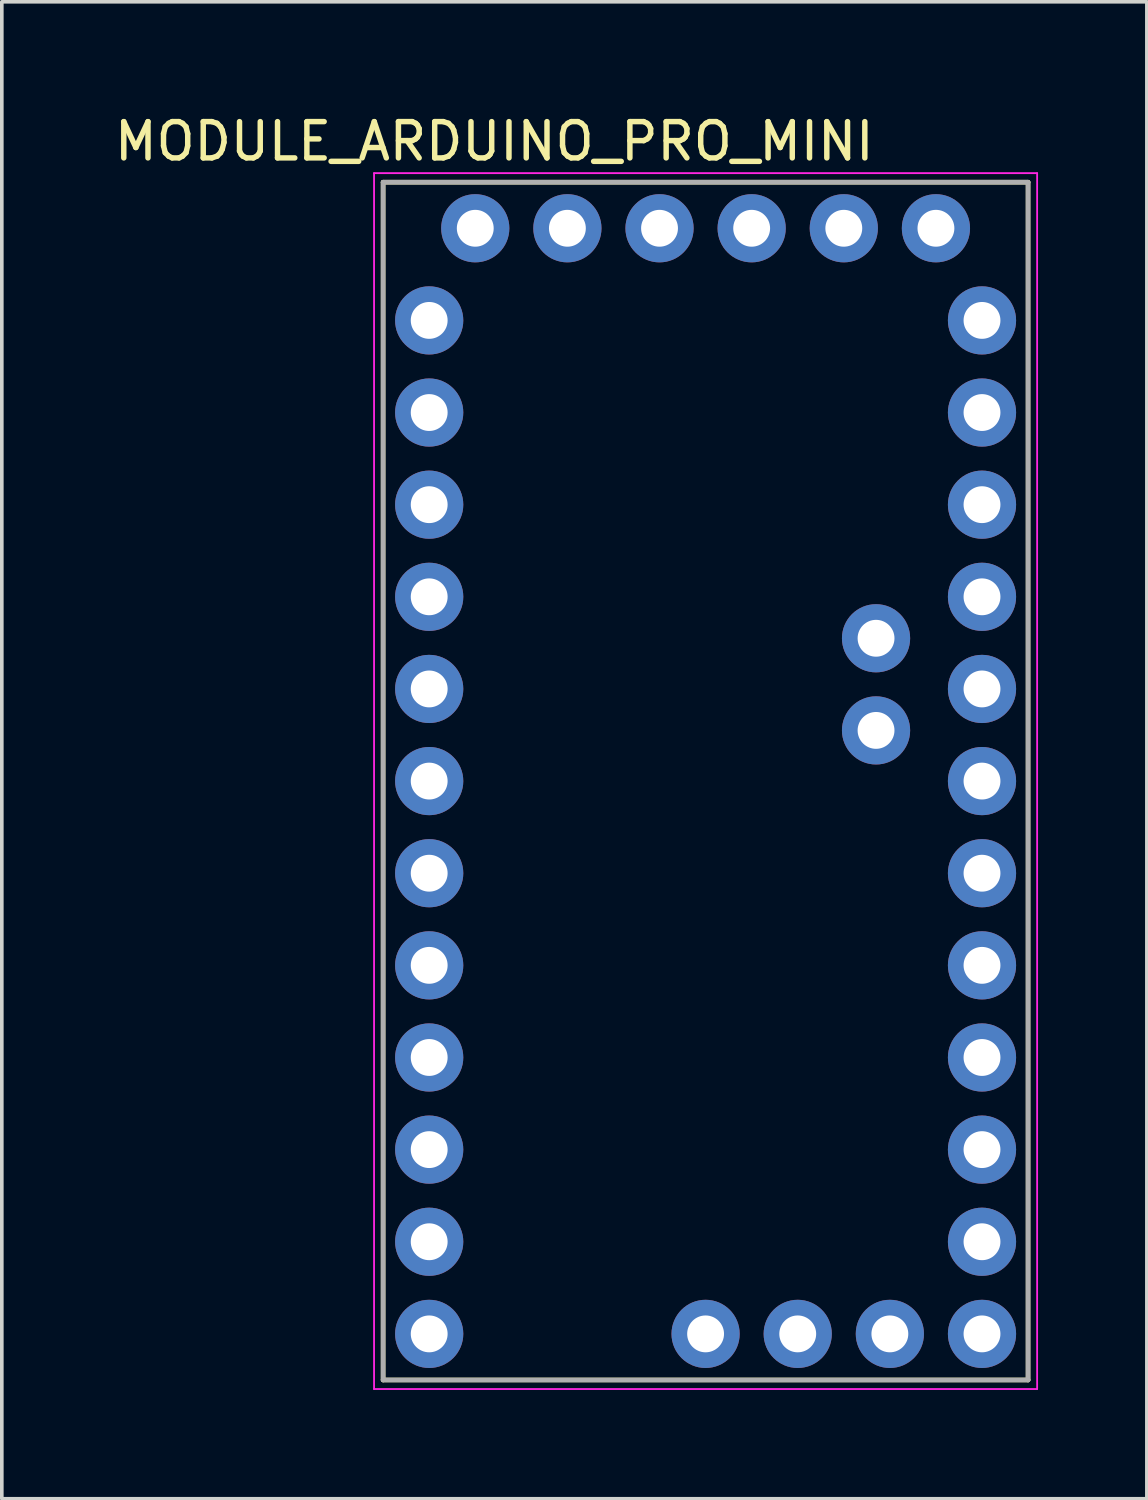
<source format=kicad_pcb>
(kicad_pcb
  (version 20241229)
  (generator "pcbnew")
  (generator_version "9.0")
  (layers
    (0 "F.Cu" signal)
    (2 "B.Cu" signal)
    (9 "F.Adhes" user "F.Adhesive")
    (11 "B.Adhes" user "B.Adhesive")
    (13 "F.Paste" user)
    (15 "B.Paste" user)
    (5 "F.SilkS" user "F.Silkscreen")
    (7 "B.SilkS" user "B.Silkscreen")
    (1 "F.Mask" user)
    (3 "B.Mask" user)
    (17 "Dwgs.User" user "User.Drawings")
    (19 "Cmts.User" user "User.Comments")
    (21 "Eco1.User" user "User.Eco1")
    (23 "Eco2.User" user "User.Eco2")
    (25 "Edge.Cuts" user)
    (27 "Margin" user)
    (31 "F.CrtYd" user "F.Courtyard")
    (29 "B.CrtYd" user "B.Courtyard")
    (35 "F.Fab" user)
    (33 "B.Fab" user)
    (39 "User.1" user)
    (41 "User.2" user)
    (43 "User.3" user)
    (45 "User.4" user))
  (footprint "MODULE_ARDUINO_PRO_MINI"
    (layer "F.Cu")
    (at 16.402 18.483)
    (property "Reference" "MODULE_ARDUINO_PRO_MINI" (at -5.825 -17.635 0) (layer "F.SilkS") (effects (font (size 1 1) (thickness 0.15))))
    (attr through_hole)
    (fp_line (start -8.89 -16.51) (end -8.89 16.51) (stroke (width 0.127) (type solid)) (layer "F.SilkS"))
    (fp_line (start -8.89 16.51) (end 8.89 16.51) (stroke (width 0.127) (type solid)) (layer "F.SilkS"))
    (fp_line (start 8.89 -16.51) (end -8.89 -16.51) (stroke (width 0.127) (type solid)) (layer "F.SilkS"))
    (fp_line (start 8.89 16.51) (end 8.89 -16.51) (stroke (width 0.127) (type solid)) (layer "F.SilkS"))
    (fp_line (start -9.14 -16.76) (end 9.14 -16.76) (stroke (width 0.05) (type solid)) (layer "F.CrtYd"))
    (fp_line (start -9.14 16.76) (end -9.14 -16.76) (stroke (width 0.05) (type solid)) (layer "F.CrtYd"))
    (fp_line (start 9.14 -16.76) (end 9.14 16.76) (stroke (width 0.05) (type solid)) (layer "F.CrtYd"))
    (fp_line (start 9.14 16.76) (end -9.14 16.76) (stroke (width 0.05) (type solid)) (layer "F.CrtYd"))
    (fp_line (start -8.89 -16.51) (end -8.89 16.51) (stroke (width 0.127) (type solid)) (layer "F.Fab"))
    (fp_line (start -8.89 16.51) (end 8.89 16.51) (stroke (width 0.127) (type solid)) (layer "F.Fab"))
    (fp_line (start 8.89 -16.51) (end -8.89 -16.51) (stroke (width 0.127) (type solid)) (layer "F.Fab"))
    (fp_line (start 8.89 16.51) (end 8.89 -16.51) (stroke (width 0.127) (type solid)) (layer "F.Fab"))
    (pad "JP1_1" thru_hole circle (at 6.35 -15.24) (size 1.88 1.88) (drill 1.016) (layers "*.Cu" "*.Mask"))
    (pad "JP1_2" thru_hole circle (at 3.81 -15.24) (size 1.88 1.88) (drill 1.016) (layers "*.Cu" "*.Mask"))
    (pad "JP1_3" thru_hole circle (at 1.27 -15.24) (size 1.88 1.88) (drill 1.016) (layers "*.Cu" "*.Mask"))
    (pad "JP1_4" thru_hole circle (at -1.27 -15.24) (size 1.88 1.88) (drill 1.016) (layers "*.Cu" "*.Mask"))
    (pad "JP1_5" thru_hole circle (at -3.81 -15.24) (size 1.88 1.88) (drill 1.016) (layers "*.Cu" "*.Mask"))
    (pad "JP1_6" thru_hole circle (at -6.35 -15.24) (size 1.88 1.88) (drill 1.016) (layers "*.Cu" "*.Mask"))
    (pad "JP2_1" thru_hole circle (at 4.699 -1.397) (size 1.88 1.88) (drill 1.016) (layers "*.Cu" "*.Mask"))
    (pad "JP2_2" thru_hole circle (at 4.699 -3.937) (size 1.88 1.88) (drill 1.016) (layers "*.Cu" "*.Mask"))
    (pad "JP3_1" thru_hole circle (at 2.54 15.24) (size 1.88 1.88) (drill 1.016) (layers "*.Cu" "*.Mask"))
    (pad "JP3_2" thru_hole circle (at 5.08 15.24) (size 1.88 1.88) (drill 1.016) (layers "*.Cu" "*.Mask"))
    (pad "JP3_3" thru_hole circle (at 0 15.24) (size 1.88 1.88) (drill 1.016) (layers "*.Cu" "*.Mask"))
    (pad "JP6_1" thru_hole circle (at 7.62 -12.7) (size 1.88 1.88) (drill 1.016) (layers "*.Cu" "*.Mask"))
    (pad "JP6_2" thru_hole circle (at 7.62 -10.16) (size 1.88 1.88) (drill 1.016) (layers "*.Cu" "*.Mask"))
    (pad "JP6_3" thru_hole circle (at 7.62 -7.62) (size 1.88 1.88) (drill 1.016) (layers "*.Cu" "*.Mask"))
    (pad "JP6_4" thru_hole circle (at 7.62 -5.08) (size 1.88 1.88) (drill 1.016) (layers "*.Cu" "*.Mask"))
    (pad "JP6_5" thru_hole circle (at 7.62 -2.54) (size 1.88 1.88) (drill 1.016) (layers "*.Cu" "*.Mask"))
    (pad "JP6_6" thru_hole circle (at 7.62 0) (size 1.88 1.88) (drill 1.016) (layers "*.Cu" "*.Mask"))
    (pad "JP6_7" thru_hole circle (at 7.62 2.54) (size 1.88 1.88) (drill 1.016) (layers "*.Cu" "*.Mask"))
    (pad "JP6_8" thru_hole circle (at 7.62 5.08) (size 1.88 1.88) (drill 1.016) (layers "*.Cu" "*.Mask"))
    (pad "JP6_9" thru_hole circle (at 7.62 7.62) (size 1.88 1.88) (drill 1.016) (layers "*.Cu" "*.Mask"))
    (pad "JP6_10" thru_hole circle (at 7.62 10.16) (size 1.88 1.88) (drill 1.016) (layers "*.Cu" "*.Mask"))
    (pad "JP6_11" thru_hole circle (at 7.62 12.7) (size 1.88 1.88) (drill 1.016) (layers "*.Cu" "*.Mask"))
    (pad "JP6_12" thru_hole circle (at 7.62 15.24) (size 1.88 1.88) (drill 1.016) (layers "*.Cu" "*.Mask"))
    (pad "JP7_1" thru_hole circle (at -7.62 15.24) (size 1.88 1.88) (drill 1.016) (layers "*.Cu" "*.Mask"))
    (pad "JP7_2" thru_hole circle (at -7.62 12.7) (size 1.88 1.88) (drill 1.016) (layers "*.Cu" "*.Mask"))
    (pad "JP7_3" thru_hole circle (at -7.62 10.16) (size 1.88 1.88) (drill 1.016) (layers "*.Cu" "*.Mask"))
    (pad "JP7_4" thru_hole circle (at -7.62 7.62) (size 1.88 1.88) (drill 1.016) (layers "*.Cu" "*.Mask"))
    (pad "JP7_5" thru_hole circle (at -7.62 5.08) (size 1.88 1.88) (drill 1.016) (layers "*.Cu" "*.Mask"))
    (pad "JP7_6" thru_hole circle (at -7.62 2.54) (size 1.88 1.88) (drill 1.016) (layers "*.Cu" "*.Mask"))
    (pad "JP7_7" thru_hole circle (at -7.62 0) (size 1.88 1.88) (drill 1.016) (layers "*.Cu" "*.Mask"))
    (pad "JP7_8" thru_hole circle (at -7.62 -2.54) (size 1.88 1.88) (drill 1.016) (layers "*.Cu" "*.Mask"))
    (pad "JP7_9" thru_hole circle (at -7.62 -5.08) (size 1.88 1.88) (drill 1.016) (layers "*.Cu" "*.Mask"))
    (pad "JP7_10" thru_hole circle (at -7.62 -7.62) (size 1.88 1.88) (drill 1.016) (layers "*.Cu" "*.Mask"))
    (pad "JP7_11" thru_hole circle (at -7.62 -10.16) (size 1.88 1.88) (drill 1.016) (layers "*.Cu" "*.Mask"))
    (pad "JP7_12" thru_hole circle (at -7.62 -12.7) (size 1.88 1.88) (drill 1.016) (layers "*.Cu" "*.Mask")))
  (gr_rect
    (start -3 -3)
    (end 28.567 38.268)
    (stroke (width 0.1) (type default))
    (fill no)
    (layer "Edge.Cuts")))
</source>
